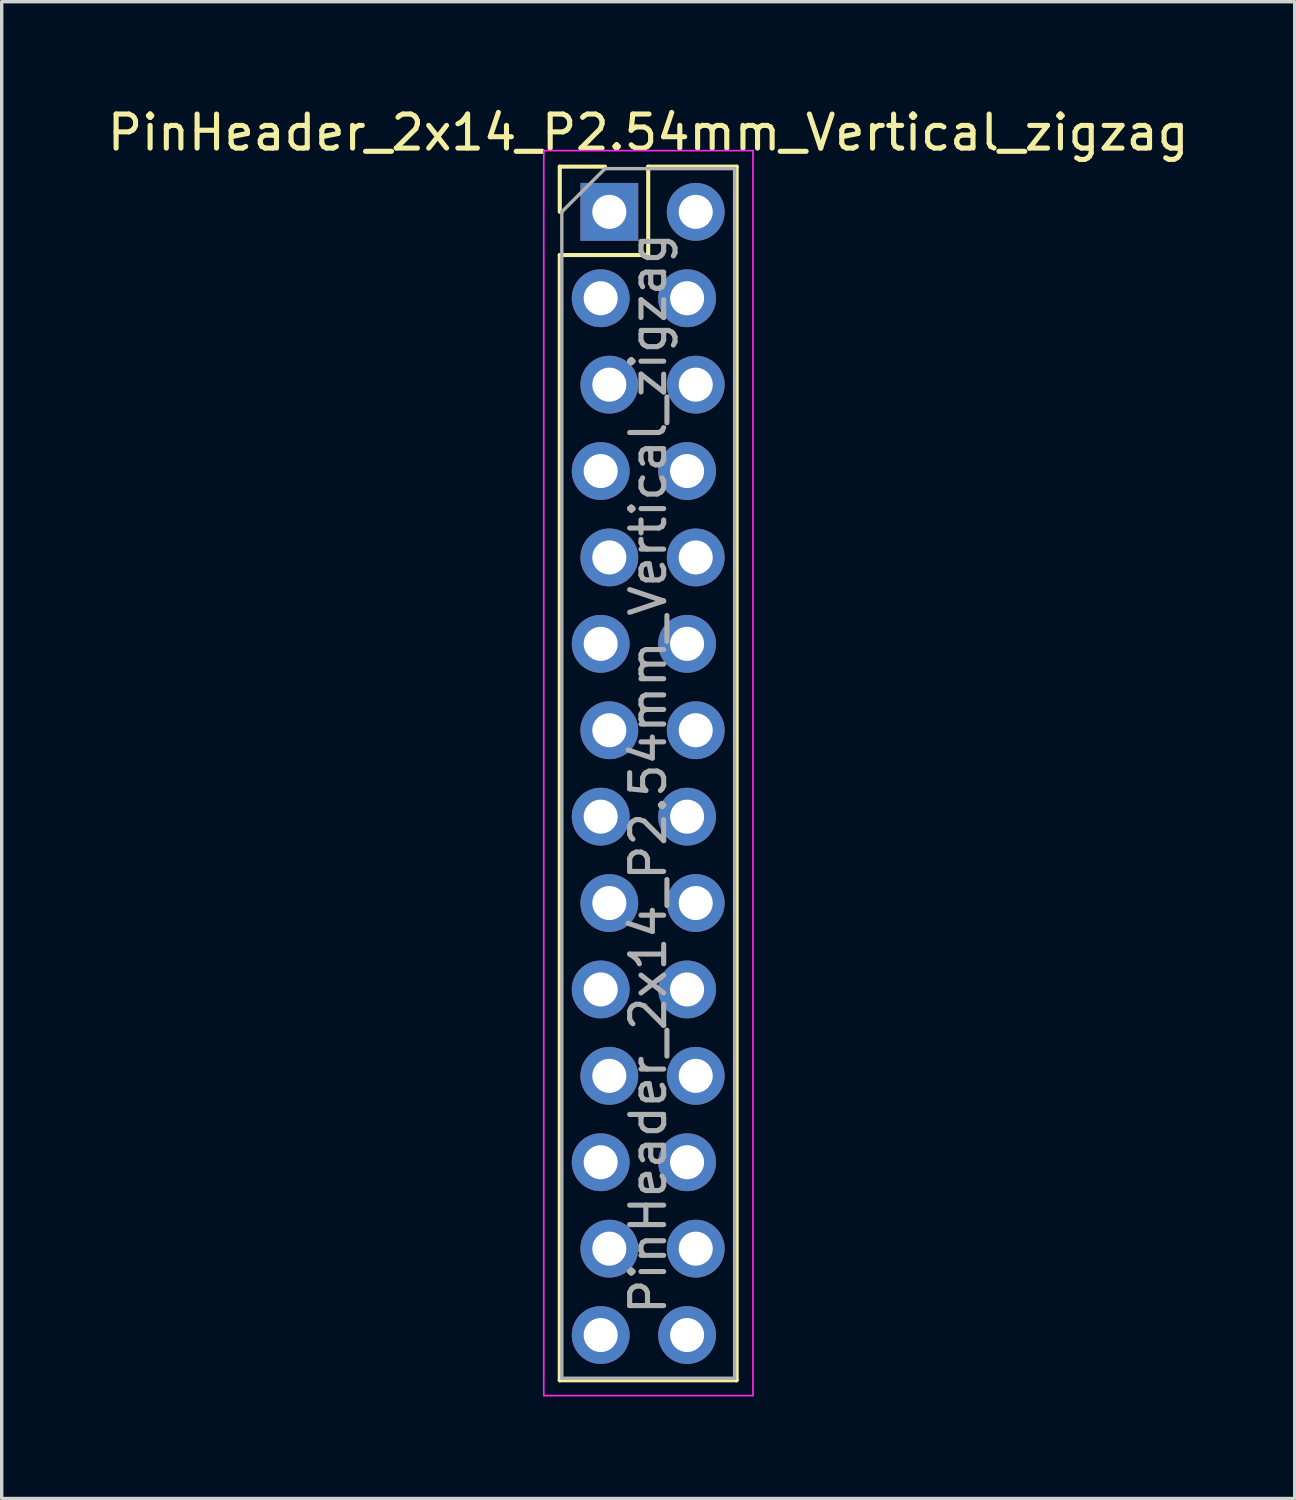
<source format=kicad_pcb>
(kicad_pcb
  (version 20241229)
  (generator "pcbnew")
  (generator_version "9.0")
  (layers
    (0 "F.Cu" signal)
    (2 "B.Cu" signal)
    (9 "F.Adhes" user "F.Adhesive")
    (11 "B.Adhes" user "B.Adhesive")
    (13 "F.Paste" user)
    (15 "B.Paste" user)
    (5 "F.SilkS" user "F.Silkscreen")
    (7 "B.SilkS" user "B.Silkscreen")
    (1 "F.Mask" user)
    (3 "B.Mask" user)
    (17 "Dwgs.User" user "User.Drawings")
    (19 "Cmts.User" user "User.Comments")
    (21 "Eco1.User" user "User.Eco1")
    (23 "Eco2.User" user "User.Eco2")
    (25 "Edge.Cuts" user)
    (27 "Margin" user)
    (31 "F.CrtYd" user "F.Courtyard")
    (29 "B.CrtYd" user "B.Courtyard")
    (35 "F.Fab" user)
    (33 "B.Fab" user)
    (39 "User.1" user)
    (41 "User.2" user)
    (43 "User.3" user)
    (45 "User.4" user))
  (footprint "PinHeader_2x14_P2.54mm_Vertical_zigzag"
    (layer "F.Cu")
    (at 14.736 3.178)
    (property "Reference" "PinHeader_2x14_P2.54mm_Vertical_zigzag" (at 1.27 -2.33 0) (layer "F.SilkS") (effects (font (size 1 1) (thickness 0.15))))
    (attr through_hole)
    (fp_line (start -1.33 -1.33) (end 0 -1.33) (stroke (width 0.12) (type solid)) (layer "F.SilkS"))
    (fp_line (start -1.33 0) (end -1.33 -1.33) (stroke (width 0.12) (type solid)) (layer "F.SilkS"))
    (fp_line (start -1.33 1.27) (end -1.33 34.35) (stroke (width 0.12) (type solid)) (layer "F.SilkS"))
    (fp_line (start -1.33 1.27) (end 1.27 1.27) (stroke (width 0.12) (type solid)) (layer "F.SilkS"))
    (fp_line (start -1.33 34.35) (end 3.87 34.35) (stroke (width 0.12) (type solid)) (layer "F.SilkS"))
    (fp_line (start 1.27 -1.33) (end 3.87 -1.33) (stroke (width 0.12) (type solid)) (layer "F.SilkS"))
    (fp_line (start 1.27 1.27) (end 1.27 -1.33) (stroke (width 0.12) (type solid)) (layer "F.SilkS"))
    (fp_line (start 3.87 -1.33) (end 3.87 34.35) (stroke (width 0.12) (type solid)) (layer "F.SilkS"))
    (fp_line (start -1.8 -1.8) (end -1.8 34.8) (stroke (width 0.05) (type solid)) (layer "F.CrtYd"))
    (fp_line (start -1.8 34.8) (end 4.35 34.8) (stroke (width 0.05) (type solid)) (layer "F.CrtYd"))
    (fp_line (start 4.35 -1.8) (end -1.8 -1.8) (stroke (width 0.05) (type solid)) (layer "F.CrtYd"))
    (fp_line (start 4.35 34.8) (end 4.35 -1.8) (stroke (width 0.05) (type solid)) (layer "F.CrtYd"))
    (fp_line (start -1.27 0) (end 0 -1.27) (stroke (width 0.1) (type solid)) (layer "F.Fab"))
    (fp_line (start -1.27 34.29) (end -1.27 0) (stroke (width 0.1) (type solid)) (layer "F.Fab"))
    (fp_line (start 0 -1.27) (end 3.81 -1.27) (stroke (width 0.1) (type solid)) (layer "F.Fab"))
    (fp_line (start 3.81 -1.27) (end 3.81 34.29) (stroke (width 0.1) (type solid)) (layer "F.Fab"))
    (fp_line (start 3.81 34.29) (end -1.27 34.29) (stroke (width 0.1) (type solid)) (layer "F.Fab"))
    (fp_text user "${REFERENCE}" (at 1.27 16.51 90) (layer "F.Fab") (effects (font (size 1 1) (thickness 0.15))))
    (pad "1" thru_hole rect (at 0.127 0) (size 1.7 1.7) (drill 1) (layers "*.Cu" "*.Mask"))
    (pad "2" thru_hole oval (at 2.667 0) (size 1.7 1.7) (drill 1) (layers "*.Cu" "*.Mask"))
    (pad "3" thru_hole oval (at -0.127 2.54) (size 1.7 1.7) (drill 1) (layers "*.Cu" "*.Mask"))
    (pad "4" thru_hole oval (at 2.413 2.54) (size 1.7 1.7) (drill 1) (layers "*.Cu" "*.Mask"))
    (pad "5" thru_hole oval (at 0.127 5.08) (size 1.7 1.7) (drill 1) (layers "*.Cu" "*.Mask"))
    (pad "6" thru_hole oval (at 2.667 5.08) (size 1.7 1.7) (drill 1) (layers "*.Cu" "*.Mask"))
    (pad "7" thru_hole oval (at -0.127 7.62) (size 1.7 1.7) (drill 1) (layers "*.Cu" "*.Mask"))
    (pad "8" thru_hole oval (at 2.413 7.62) (size 1.7 1.7) (drill 1) (layers "*.Cu" "*.Mask"))
    (pad "9" thru_hole oval (at 0.127 10.16) (size 1.7 1.7) (drill 1) (layers "*.Cu" "*.Mask"))
    (pad "10" thru_hole oval (at 2.667 10.16) (size 1.7 1.7) (drill 1) (layers "*.Cu" "*.Mask"))
    (pad "11" thru_hole oval (at -0.127 12.7) (size 1.7 1.7) (drill 1) (layers "*.Cu" "*.Mask"))
    (pad "12" thru_hole oval (at 2.413 12.7) (size 1.7 1.7) (drill 1) (layers "*.Cu" "*.Mask"))
    (pad "13" thru_hole oval (at 0.127 15.24) (size 1.7 1.7) (drill 1) (layers "*.Cu" "*.Mask"))
    (pad "14" thru_hole oval (at 2.667 15.24) (size 1.7 1.7) (drill 1) (layers "*.Cu" "*.Mask"))
    (pad "15" thru_hole oval (at -0.127 17.78) (size 1.7 1.7) (drill 1) (layers "*.Cu" "*.Mask"))
    (pad "16" thru_hole oval (at 2.413 17.78) (size 1.7 1.7) (drill 1) (layers "*.Cu" "*.Mask"))
    (pad "17" thru_hole oval (at 0.127 20.32) (size 1.7 1.7) (drill 1) (layers "*.Cu" "*.Mask"))
    (pad "18" thru_hole oval (at 2.667 20.32) (size 1.7 1.7) (drill 1) (layers "*.Cu" "*.Mask"))
    (pad "19" thru_hole oval (at -0.127 22.86) (size 1.7 1.7) (drill 1) (layers "*.Cu" "*.Mask"))
    (pad "20" thru_hole oval (at 2.413 22.86) (size 1.7 1.7) (drill 1) (layers "*.Cu" "*.Mask"))
    (pad "21" thru_hole oval (at 0.127 25.4) (size 1.7 1.7) (drill 1) (layers "*.Cu" "*.Mask"))
    (pad "22" thru_hole oval (at 2.667 25.4) (size 1.7 1.7) (drill 1) (layers "*.Cu" "*.Mask"))
    (pad "23" thru_hole oval (at -0.127 27.94) (size 1.7 1.7) (drill 1) (layers "*.Cu" "*.Mask"))
    (pad "24" thru_hole oval (at 2.413 27.94) (size 1.7 1.7) (drill 1) (layers "*.Cu" "*.Mask"))
    (pad "25" thru_hole oval (at 0.127 30.48) (size 1.7 1.7) (drill 1) (layers "*.Cu" "*.Mask"))
    (pad "26" thru_hole oval (at 2.667 30.48) (size 1.7 1.7) (drill 1) (layers "*.Cu" "*.Mask"))
    (pad "27" thru_hole oval (at -0.127 33.02) (size 1.7 1.7) (drill 1) (layers "*.Cu" "*.Mask"))
    (pad "28" thru_hole oval (at 2.413 33.02) (size 1.7 1.7) (drill 1) (layers "*.Cu" "*.Mask")))
  (gr_rect
    (start -3 -3)
    (end 35.012 41.003)
    (stroke (width 0.1) (type default))
    (fill no)
    (layer "Edge.Cuts")))
</source>
